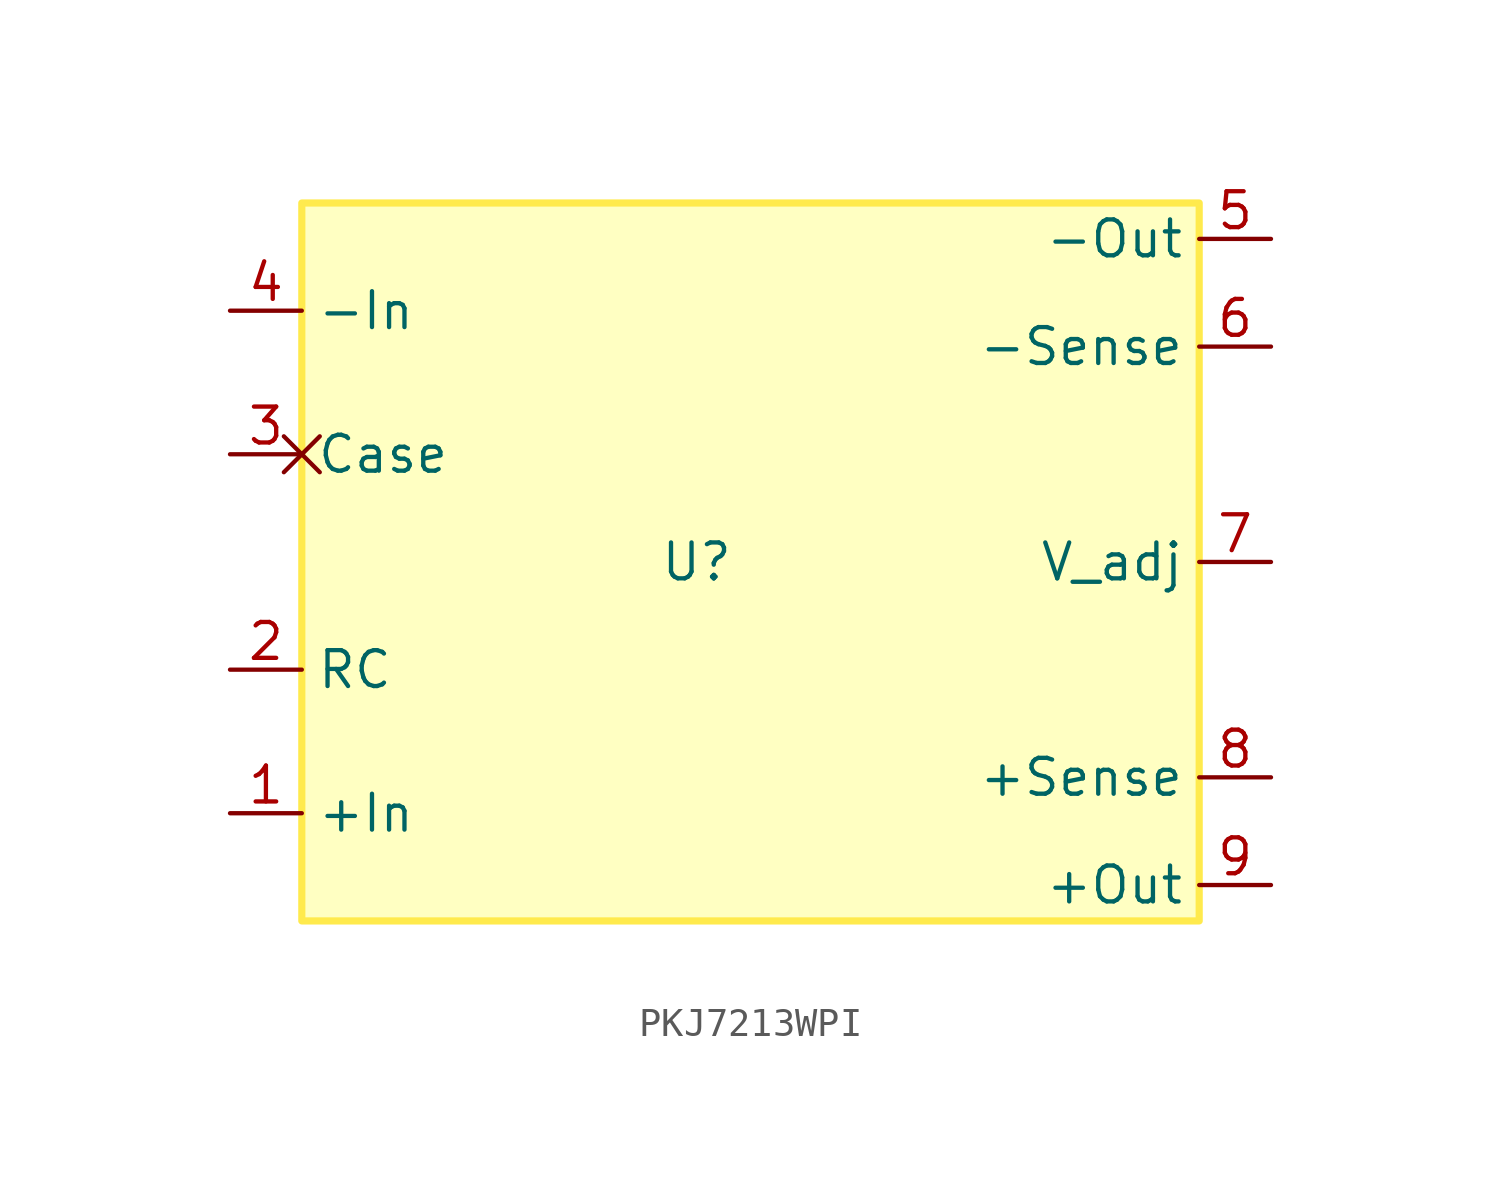
<source format=kicad_sym>
(kicad_symbol_lib
  (version 20231120)
  (generator "kicad_symbol_editor")
  (generator_version "8.0")
  (symbol "PKJ7213WPI"
    (property "Reference" "U"
      (at -2.54 0 0)
      (effects (font (size 1.27 1.27))))
    (property "Value" ""
      (at -2.54 0 0)
      (effects (font (size 1.27 1.27))))
    (symbol "PKJ7213WPI_1_1"
      (rectangle (start -16.51 12.7) (end 15.24 -12.7) (stroke (width 0.254) (type solid) (color 255 234 77 1)) (fill (type background)))
      (pin power_in line (at -19.05 -8.89 0) (length 2.54) (name "+In" (effects (font (size 1.27 1.27)))) (number "1" (effects (font (size 1.27 1.27)))))
      (pin input line (at -19.05 -3.81 0) (length 2.54) (name "RC" (effects (font (size 1.27 1.27)))) (number "2" (effects (font (size 1.27 1.27)))))
      (pin unspecified non_logic (at -19.05 3.81 0) (length 2.54) (name "Case" (effects (font (size 1.27 1.27)))) (number "3" (effects (font (size 1.27 1.27)))))
      (pin power_in line (at -19.05 8.89 0) (length 2.54) (name "-In" (effects (font (size 1.27 1.27)))) (number "4" (effects (font (size 1.27 1.27)))))
      (pin power_out line (at 17.78 11.43 180) (length 2.54) (name "-Out" (effects (font (size 1.27 1.27)))) (number "5" (effects (font (size 1.27 1.27)))))
      (pin power_out line (at 17.78 7.62 180) (length 2.54) (name "-Sense" (effects (font (size 1.27 1.27)))) (number "6" (effects (font (size 1.27 1.27)))))
      (pin power_out line (at 17.78 0 180) (length 2.54) (name "V_adj" (effects (font (size 1.27 1.27)))) (number "7" (effects (font (size 1.27 1.27)))))
      (pin power_out line (at 17.78 -7.62 180) (length 2.54) (name "+Sense" (effects (font (size 1.27 1.27)))) (number "8" (effects (font (size 1.27 1.27)))))
      (pin power_out line (at 17.78 -11.43 180) (length 2.54) (name "+Out" (effects (font (size 1.27 1.27)))) (number "9" (effects (font (size 1.27 1.27))))))))
</source>
